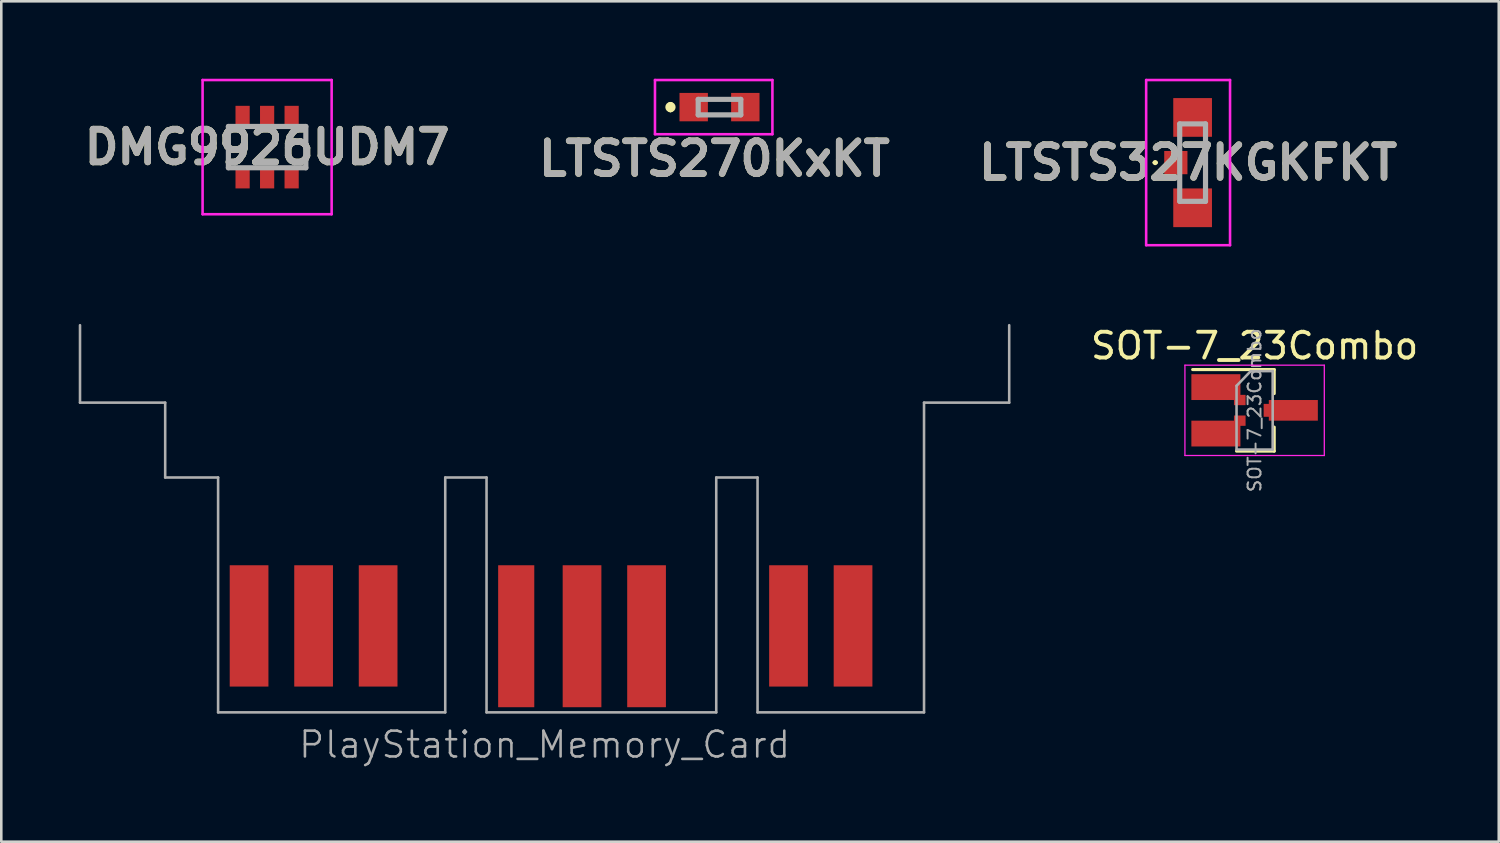
<source format=kicad_pcb>
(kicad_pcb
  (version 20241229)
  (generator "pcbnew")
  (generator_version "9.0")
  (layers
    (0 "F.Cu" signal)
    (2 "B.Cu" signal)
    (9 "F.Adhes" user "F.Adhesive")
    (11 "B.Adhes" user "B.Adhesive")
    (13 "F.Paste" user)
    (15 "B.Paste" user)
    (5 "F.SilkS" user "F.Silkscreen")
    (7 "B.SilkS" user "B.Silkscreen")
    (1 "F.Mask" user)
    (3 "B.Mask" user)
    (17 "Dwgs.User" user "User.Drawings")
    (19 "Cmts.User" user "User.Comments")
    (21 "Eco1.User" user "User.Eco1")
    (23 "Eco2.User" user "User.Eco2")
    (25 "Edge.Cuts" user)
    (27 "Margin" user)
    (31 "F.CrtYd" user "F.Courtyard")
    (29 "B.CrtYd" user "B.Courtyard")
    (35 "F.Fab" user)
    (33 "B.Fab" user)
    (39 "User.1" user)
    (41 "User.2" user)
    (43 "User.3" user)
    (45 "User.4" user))
  (footprint "LTSTS270KxKT"
    (layer "F.Cu")
    (at 24.826 1.1)
    (property "Reference" "LTSTS270KxKT" (at -0.2 2 0) (layer "F.SilkS") (effects (font (size 1.27 1.27) (thickness 0.254))))
    (attr smd)
    (fp_line (start -1.9 -0.1) (end -1.9 -0.1) (stroke (width 0.2) (type solid)) (layer "F.SilkS"))
    (fp_line (start -1.9 0.1) (end -1.9 0.1) (stroke (width 0.2) (type solid)) (layer "F.SilkS"))
    (fp_line (start -0.2 -0.3) (end 0.2 -0.3) (stroke (width 0.1) (type solid)) (layer "F.SilkS"))
    (fp_line (start -0.2 0.3) (end 0.2 0.3) (stroke (width 0.1) (type solid)) (layer "F.SilkS"))
    (fp_arc (start -1.9 -0.1) (mid -1.8 0) (end -1.9 0.1) (stroke (width 0.2) (type solid)) (layer "F.SilkS"))
    (fp_arc (start -1.9 0.1) (mid -2 0) (end -1.9 -0.1) (stroke (width 0.2) (type solid)) (layer "F.SilkS"))
    (fp_line (start -2.5 -1.05) (end 2.05 -1.05) (stroke (width 0.1) (type solid)) (layer "F.CrtYd"))
    (fp_line (start -2.5 1.05) (end -2.5 -1.05) (stroke (width 0.1) (type solid)) (layer "F.CrtYd"))
    (fp_line (start 2.05 -1.05) (end 2.05 1.05) (stroke (width 0.1) (type solid)) (layer "F.CrtYd"))
    (fp_line (start 2.05 1.05) (end -2.5 1.05) (stroke (width 0.1) (type solid)) (layer "F.CrtYd"))
    (fp_line (start -0.825 -0.3) (end 0.825 -0.3) (stroke (width 0.2) (type solid)) (layer "F.Fab"))
    (fp_line (start -0.825 0.3) (end -0.825 -0.3) (stroke (width 0.2) (type solid)) (layer "F.Fab"))
    (fp_line (start 0.825 -0.3) (end 0.825 0.3) (stroke (width 0.2) (type solid)) (layer "F.Fab"))
    (fp_line (start 0.825 0.3) (end -0.825 0.3) (stroke (width 0.2) (type solid)) (layer "F.Fab"))
    (fp_text user "${REFERENCE}" (at -0.2 2 0) (layer "F.Fab") (effects (font (size 1.27 1.27) (thickness 0.254))))
    (pad "1" smd rect (at -1 0 90) (size 1.1 1.1) (layers "F.Cu" "F.Mask" "F.Paste"))
    (pad "2" smd rect (at 1 0 90) (size 1.1 1.1) (layers "F.Cu" "F.Mask" "F.Paste")))
  (footprint "PlayStation_Memory_Card"
    (layer "F.Cu")
    (at 18.05 24.55)
    (property "Reference" "PlayStation_Memory_Card" (at 0 1.25 0) (layer "F.Fab") (effects (font (size 1 1) (thickness 0.1))))
    (attr smd)
    (fp_line (start -18 -12) (end -18 -15) (stroke (width 0.1) (type solid)) (layer "F.Fab"))
    (fp_line (start -14.7 -12) (end -18 -12) (stroke (width 0.1) (type solid)) (layer "F.Fab"))
    (fp_line (start -14.7 -12) (end -14.7 -9.1) (stroke (width 0.1) (type solid)) (layer "F.Fab"))
    (fp_line (start -14.7 -9.1) (end -12.65 -9.1) (stroke (width 0.1) (type solid)) (layer "F.Fab"))
    (fp_line (start -12.65 -9.1) (end -12.65 0) (stroke (width 0.1) (type solid)) (layer "F.Fab"))
    (fp_line (start -12.65 0) (end -3.85 0) (stroke (width 0.1) (type solid)) (layer "F.Fab"))
    (fp_line (start -3.85 -9.1) (end -2.25 -9.1) (stroke (width 0.1) (type solid)) (layer "F.Fab"))
    (fp_line (start -3.85 0) (end -3.85 -9.1) (stroke (width 0.1) (type solid)) (layer "F.Fab"))
    (fp_line (start -2.25 -9.1) (end -2.25 0) (stroke (width 0.1) (type solid)) (layer "F.Fab"))
    (fp_line (start -2.25 0) (end 6.65 0) (stroke (width 0.1) (type solid)) (layer "F.Fab"))
    (fp_line (start 6.65 -9.1) (end 6.65 0) (stroke (width 0.1) (type solid)) (layer "F.Fab"))
    (fp_line (start 6.65 -9.1) (end 8.25 -9.1) (stroke (width 0.1) (type solid)) (layer "F.Fab"))
    (fp_line (start 8.25 -9.1) (end 8.25 0) (stroke (width 0.1) (type solid)) (layer "F.Fab"))
    (fp_line (start 8.25 0) (end 14.7 0) (stroke (width 0.1) (type solid)) (layer "F.Fab"))
    (fp_line (start 14.7 -12) (end 18 -12) (stroke (width 0.1) (type solid)) (layer "F.Fab"))
    (fp_line (start 14.7 0) (end 14.7 -12) (stroke (width 0.1) (type solid)) (layer "F.Fab"))
    (fp_line (start 18 -12) (end 18 -15) (stroke (width 0.1) (type solid)) (layer "F.Fab"))
    (pad "1" smd rect (at 11.95 -3.35) (size 1.5 4.7) (layers "F.Cu" "F.Mask"))
    (pad "2" smd rect (at 9.45 -3.35) (size 1.5 4.7) (layers "F.Cu" "F.Mask"))
    (pad "3" smd rect (at 3.95 -2.95) (size 1.5 5.5) (layers "F.Cu" "F.Mask"))
    (pad "4" smd rect (at 1.45 -2.95) (size 1.5 5.5) (layers "F.Cu" "F.Mask"))
    (pad "5" smd rect (at -1.1 -2.95) (size 1.4 5.5) (layers "F.Cu" "F.Mask"))
    (pad "6" smd rect (at -6.45 -3.35) (size 1.5 4.7) (layers "F.Cu" "F.Mask"))
    (pad "7" smd rect (at -8.95 -3.35) (size 1.5 4.7) (layers "F.Cu" "F.Mask"))
    (pad "8" smd rect (at -11.45 -3.35) (size 1.5 4.7) (layers "F.Cu" "F.Mask")))
  (footprint "DMG9926UDM7"
    (layer "F.Cu")
    (at 7.299 2.65)
    (property "Reference" "DMG9926UDM7" (at 0 0 0) (layer "F.SilkS") (effects (font (size 1.27 1.27) (thickness 0.254))))
    (attr smd)
    (fp_line (start -1.5 -0.8) (end -1.5 0.8) (stroke (width 0.1) (type solid)) (layer "F.SilkS"))
    (fp_line (start 1.5 -0.8) (end 1.5 0.8) (stroke (width 0.1) (type solid)) (layer "F.SilkS"))
    (fp_line (start -2.5 -2.6) (end 2.5 -2.6) (stroke (width 0.1) (type solid)) (layer "F.CrtYd"))
    (fp_line (start -2.5 2.6) (end -2.5 -2.6) (stroke (width 0.1) (type solid)) (layer "F.CrtYd"))
    (fp_line (start 2.5 -2.6) (end 2.5 2.6) (stroke (width 0.1) (type solid)) (layer "F.CrtYd"))
    (fp_line (start 2.5 2.6) (end -2.5 2.6) (stroke (width 0.1) (type solid)) (layer "F.CrtYd"))
    (fp_line (start -1.5 -0.8) (end 1.5 -0.8) (stroke (width 0.2) (type solid)) (layer "F.Fab"))
    (fp_line (start -1.5 0.8) (end -1.5 -0.8) (stroke (width 0.2) (type solid)) (layer "F.Fab"))
    (fp_line (start 1.5 -0.8) (end 1.5 0.8) (stroke (width 0.2) (type solid)) (layer "F.Fab"))
    (fp_line (start 1.5 0.8) (end -1.5 0.8) (stroke (width 0.2) (type solid)) (layer "F.Fab"))
    (fp_text user "${REFERENCE}" (at 0 0 0) (layer "F.Fab") (effects (font (size 1.27 1.27) (thickness 0.254))))
    (pad "1" smd rect (at -0.95 1.2) (size 0.55 0.8) (layers "F.Cu" "F.Mask" "F.Paste"))
    (pad "2" smd rect (at 0 1.2) (size 0.55 0.8) (layers "F.Cu" "F.Mask" "F.Paste"))
    (pad "3" smd rect (at 0.95 1.2) (size 0.55 0.8) (layers "F.Cu" "F.Mask" "F.Paste"))
    (pad "4" smd rect (at 0.95 -1.2) (size 0.55 0.8) (layers "F.Cu" "F.Mask" "F.Paste"))
    (pad "5" smd rect (at 0 -1.2) (size 0.55 0.8) (layers "F.Cu" "F.Mask" "F.Paste"))
    (pad "6" smd rect (at -0.95 -1.2) (size 0.55 0.8) (layers "F.Cu" "F.Mask" "F.Paste")))
  (footprint "LTSTS327KGKFKT"
    (layer "F.Cu")
    (at 43.156 3.25)
    (property "Reference" "LTSTS327KGKFKT" (at -0.175 0 0) (layer "F.SilkS") (effects (font (size 1.27 1.27) (thickness 0.254))))
    (attr smd)
    (fp_line (start -1.5 0) (end -1.5 0) (stroke (width 0.1) (type solid)) (layer "F.SilkS"))
    (fp_line (start -1.4 0) (end -1.4 0) (stroke (width 0.1) (type solid)) (layer "F.SilkS"))
    (fp_line (start 0.5 0.6) (end 0.5 -0.6) (stroke (width 0.1) (type solid)) (layer "F.SilkS"))
    (fp_arc (start -1.5 0) (mid -1.45 -0.05) (end -1.4 0) (stroke (width 0.1) (type solid)) (layer "F.SilkS"))
    (fp_arc (start -1.4 0) (mid -1.45 0.05) (end -1.5 0) (stroke (width 0.1) (type solid)) (layer "F.SilkS"))
    (fp_line (start -1.8 -3.2) (end 1.45 -3.2) (stroke (width 0.1) (type solid)) (layer "F.CrtYd"))
    (fp_line (start -1.8 3.2) (end -1.8 -3.2) (stroke (width 0.1) (type solid)) (layer "F.CrtYd"))
    (fp_line (start 1.45 -3.2) (end 1.45 3.2) (stroke (width 0.1) (type solid)) (layer "F.CrtYd"))
    (fp_line (start 1.45 3.2) (end -1.8 3.2) (stroke (width 0.1) (type solid)) (layer "F.CrtYd"))
    (fp_line (start -0.5 -1.5) (end 0.5 -1.5) (stroke (width 0.2) (type solid)) (layer "F.Fab"))
    (fp_line (start -0.5 1.5) (end -0.5 -1.5) (stroke (width 0.2) (type solid)) (layer "F.Fab"))
    (fp_line (start 0.5 -1.5) (end 0.5 1.5) (stroke (width 0.2) (type solid)) (layer "F.Fab"))
    (fp_line (start 0.5 1.5) (end -0.5 1.5) (stroke (width 0.2) (type solid)) (layer "F.Fab"))
    (fp_text user "${REFERENCE}" (at -0.175 0 0) (layer "F.Fab") (effects (font (size 1.27 1.27) (thickness 0.254))))
    (pad "A1" smd rect (at -0.65 0 90) (size 0.9 0.9) (layers "F.Cu" "F.Mask" "F.Paste"))
    (pad "A2" smd rect (at 0 1.75 90) (size 1.5 1.5) (layers "F.Cu" "F.Mask" "F.Paste"))
    (pad "C1" smd rect (at 0 -1.75 90) (size 1.5 1.5) (layers "F.Cu" "F.Mask" "F.Paste")))
  (footprint "SOT-7_23Combo"
    (layer "F.Cu")
    (at 45.558 12.848)
    (property "Reference" "SOT-7_23Combo" (at 0 -2.5 0) (layer "F.SilkS") (effects (font (size 1 1) (thickness 0.15))))
    (attr smd)
    (fp_line (start 0.76 -1.58) (end -2.4 -1.58) (stroke (width 0.12) (type solid)) (layer "F.SilkS"))
    (fp_line (start 0.76 -1.58) (end 0.76 -0.65) (stroke (width 0.12) (type solid)) (layer "F.SilkS"))
    (fp_line (start 0.76 1.58) (end -0.7 1.58) (stroke (width 0.12) (type solid)) (layer "F.SilkS"))
    (fp_line (start 0.76 1.58) (end 0.76 0.65) (stroke (width 0.12) (type solid)) (layer "F.SilkS"))
    (fp_poly (pts (xy -0.8 -0.6) (xy -1.8 -0.6) (xy -1.8 -1.2) (xy -0.8 -1.2)) (stroke (width 0.12) (type solid)) (fill yes) (layer "F.Paste"))
    (fp_poly (pts (xy -0.8 1.2) (xy -1.8 1.2) (xy -1.8 0.6) (xy -0.8 0.6)) (stroke (width 0.12) (type solid)) (fill yes) (layer "F.Paste"))
    (fp_poly (pts (xy 1.8 0.3) (xy 0.8 0.3) (xy 0.8 -0.3) (xy 1.8 -0.3)) (stroke (width 0.12) (type solid)) (fill yes) (layer "F.Paste"))
    (fp_line (start -2.7 -1.75) (end 2.7 -1.75) (stroke (width 0.05) (type solid)) (layer "F.CrtYd"))
    (fp_line (start -2.7 1.75) (end -2.7 -1.75) (stroke (width 0.05) (type solid)) (layer "F.CrtYd"))
    (fp_line (start 2.7 -1.75) (end 2.7 1.75) (stroke (width 0.05) (type solid)) (layer "F.CrtYd"))
    (fp_line (start 2.7 1.75) (end -2.7 1.75) (stroke (width 0.05) (type solid)) (layer "F.CrtYd"))
    (fp_line (start -0.7 -0.95) (end -0.7 1.5) (stroke (width 0.1) (type solid)) (layer "F.Fab"))
    (fp_line (start -0.7 -0.95) (end -0.15 -1.52) (stroke (width 0.1) (type solid)) (layer "F.Fab"))
    (fp_line (start -0.7 1.52) (end 0.7 1.52) (stroke (width 0.1) (type solid)) (layer "F.Fab"))
    (fp_line (start -0.15 -1.52) (end 0.7 -1.52) (stroke (width 0.1) (type solid)) (layer "F.Fab"))
    (fp_line (start 0.7 -1.52) (end 0.7 1.52) (stroke (width 0.1) (type solid)) (layer "F.Fab"))
    (fp_text user "${REFERENCE}" (at 0 0 90) (layer "F.Fab") (effects (font (size 0.5 0.5) (thickness 0.075))))
    (pad "1" smd rect (at -1.5 -0.9) (size 1.9 1) (layers "F.Cu" "F.Mask"))
    (pad "1" smd rect (at -0.575 -0.4) (size 0.45 0.4) (layers "F.Cu" "F.Mask" "F.Paste"))
    (pad "2" smd rect (at -1.5 0.9) (size 1.9 1) (layers "F.Cu" "F.Mask"))
    (pad "2" smd rect (at -0.575 0.4) (size 0.45 0.4) (layers "F.Cu" "F.Mask" "F.Paste"))
    (pad "3" smd rect (at 0.575 0) (size 0.45 0.5) (layers "F.Cu" "F.Mask" "F.Paste"))
    (pad "3" smd rect (at 1.5 0) (size 1.9 0.8) (layers "F.Cu" "F.Mask")))
  (gr_rect
    (start -3 -3)
    (end 55.017 29.561)
    (stroke (width 0.1) (type default))
    (fill no)
    (layer "Edge.Cuts")))
</source>
